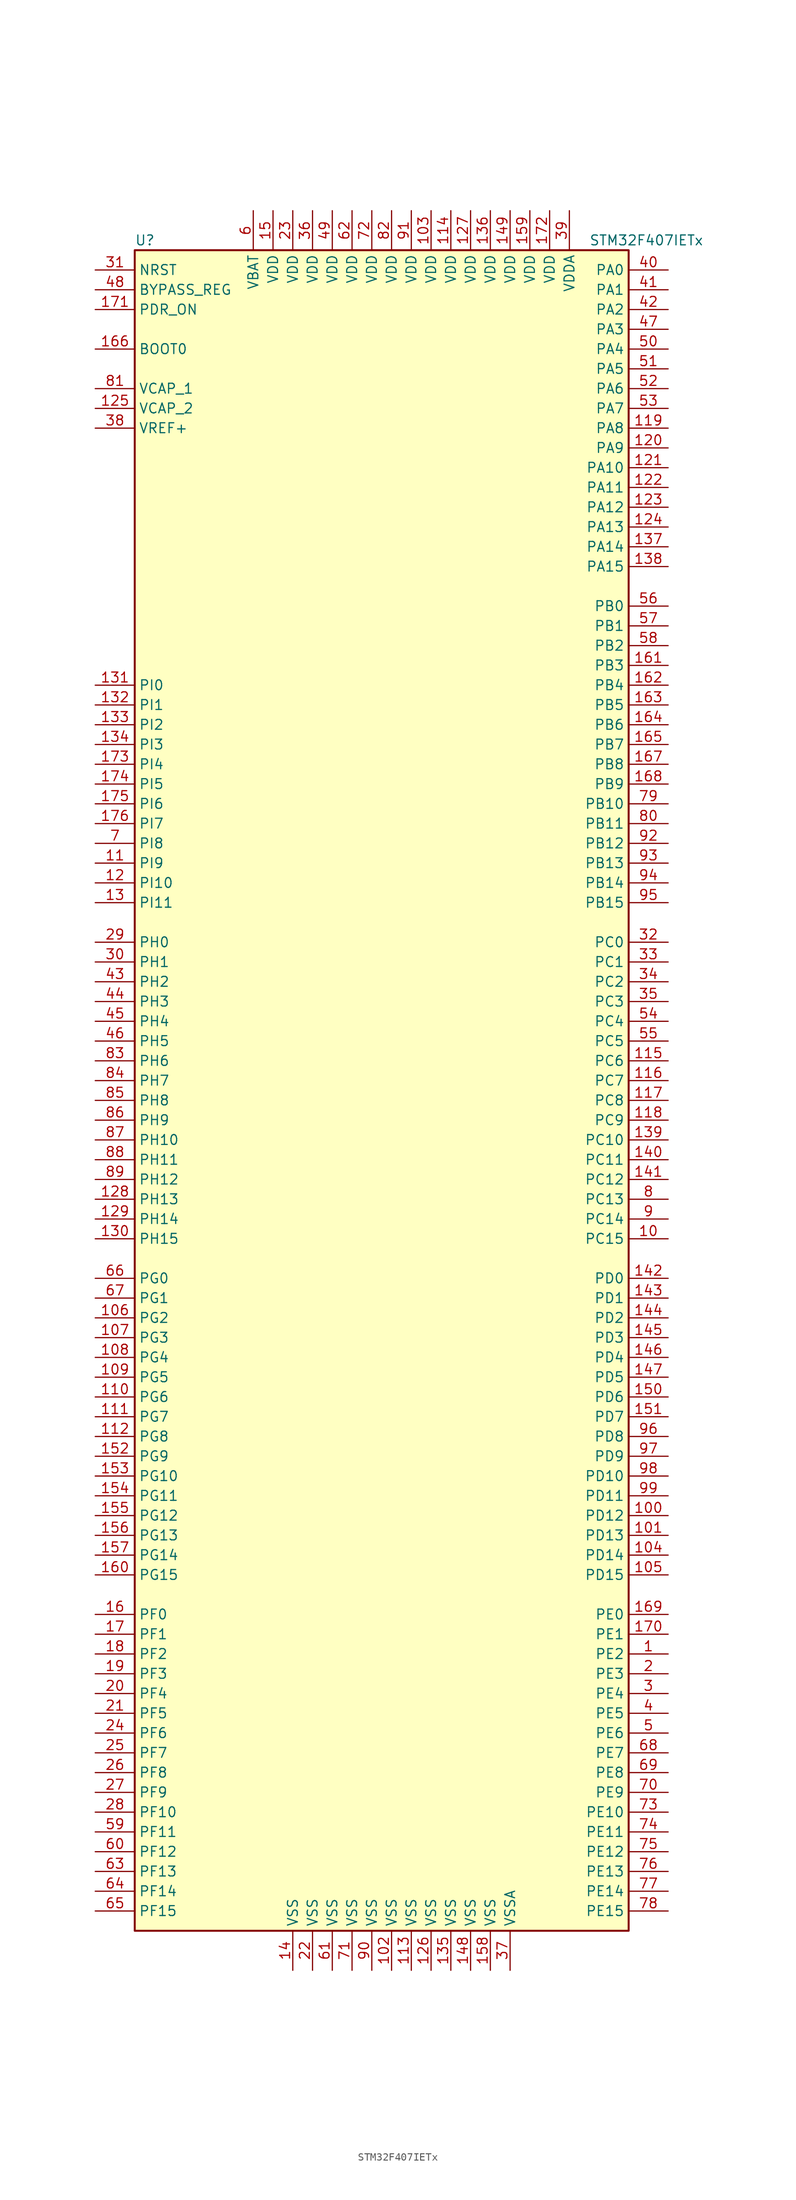
<source format=kicad_sym>
(kicad_symbol_lib
  (version 20220914)
  (generator kicad_symbol_editor)
  (symbol "STM32F407IETx"
    (property "Reference" "U"
      (at -33.02 107.95 0)
      (effects (font (size 1.27 1.27)) (justify left)))
    (property "Value" "STM32F407IETx"
      (at 25.4 107.95 0)
      (effects (font (size 1.27 1.27)) (justify left)))
    (symbol "STM32F407IETx_0_1"
      (rectangle (start -33.02 -109.22) (end 30.48 106.68) (stroke (width 0.254) (type default)) (fill (type background))))
    (symbol "STM32F407IETx_1_1"
      (pin bidirectional line (at 35.56 -73.66 180) (length 5.08) (name "PE2" (effects (font (size 1.27 1.27)))) (number "1" (effects (font (size 1.27 1.27)))))
      (pin bidirectional line (at 35.56 -20.32 180) (length 5.08) (name "PC15" (effects (font (size 1.27 1.27)))) (number "10" (effects (font (size 1.27 1.27)))))
      (pin bidirectional line (at 35.56 -55.88 180) (length 5.08) (name "PD12" (effects (font (size 1.27 1.27)))) (number "100" (effects (font (size 1.27 1.27)))))
      (pin bidirectional line (at 35.56 -58.42 180) (length 5.08) (name "PD13" (effects (font (size 1.27 1.27)))) (number "101" (effects (font (size 1.27 1.27)))))
      (pin power_in line (at 0 -114.3 90) (length 5.08) (name "VSS" (effects (font (size 1.27 1.27)))) (number "102" (effects (font (size 1.27 1.27)))))
      (pin power_in line (at 5.08 111.76 270) (length 5.08) (name "VDD" (effects (font (size 1.27 1.27)))) (number "103" (effects (font (size 1.27 1.27)))))
      (pin bidirectional line (at 35.56 -60.96 180) (length 5.08) (name "PD14" (effects (font (size 1.27 1.27)))) (number "104" (effects (font (size 1.27 1.27)))))
      (pin bidirectional line (at 35.56 -63.5 180) (length 5.08) (name "PD15" (effects (font (size 1.27 1.27)))) (number "105" (effects (font (size 1.27 1.27)))))
      (pin bidirectional line (at -38.1 -30.48 0) (length 5.08) (name "PG2" (effects (font (size 1.27 1.27)))) (number "106" (effects (font (size 1.27 1.27)))))
      (pin bidirectional line (at -38.1 -33.02 0) (length 5.08) (name "PG3" (effects (font (size 1.27 1.27)))) (number "107" (effects (font (size 1.27 1.27)))))
      (pin bidirectional line (at -38.1 -35.56 0) (length 5.08) (name "PG4" (effects (font (size 1.27 1.27)))) (number "108" (effects (font (size 1.27 1.27)))))
      (pin bidirectional line (at -38.1 -38.1 0) (length 5.08) (name "PG5" (effects (font (size 1.27 1.27)))) (number "109" (effects (font (size 1.27 1.27)))))
      (pin bidirectional line (at -38.1 27.94 0) (length 5.08) (name "PI9" (effects (font (size 1.27 1.27)))) (number "11" (effects (font (size 1.27 1.27)))))
      (pin bidirectional line (at -38.1 -40.64 0) (length 5.08) (name "PG6" (effects (font (size 1.27 1.27)))) (number "110" (effects (font (size 1.27 1.27)))))
      (pin bidirectional line (at -38.1 -43.18 0) (length 5.08) (name "PG7" (effects (font (size 1.27 1.27)))) (number "111" (effects (font (size 1.27 1.27)))))
      (pin bidirectional line (at -38.1 -45.72 0) (length 5.08) (name "PG8" (effects (font (size 1.27 1.27)))) (number "112" (effects (font (size 1.27 1.27)))))
      (pin power_in line (at 2.54 -114.3 90) (length 5.08) (name "VSS" (effects (font (size 1.27 1.27)))) (number "113" (effects (font (size 1.27 1.27)))))
      (pin power_in line (at 7.62 111.76 270) (length 5.08) (name "VDD" (effects (font (size 1.27 1.27)))) (number "114" (effects (font (size 1.27 1.27)))))
      (pin bidirectional line (at 35.56 2.54 180) (length 5.08) (name "PC6" (effects (font (size 1.27 1.27)))) (number "115" (effects (font (size 1.27 1.27)))))
      (pin bidirectional line (at 35.56 0 180) (length 5.08) (name "PC7" (effects (font (size 1.27 1.27)))) (number "116" (effects (font (size 1.27 1.27)))))
      (pin bidirectional line (at 35.56 -2.54 180) (length 5.08) (name "PC8" (effects (font (size 1.27 1.27)))) (number "117" (effects (font (size 1.27 1.27)))))
      (pin bidirectional line (at 35.56 -5.08 180) (length 5.08) (name "PC9" (effects (font (size 1.27 1.27)))) (number "118" (effects (font (size 1.27 1.27)))))
      (pin bidirectional line (at 35.56 83.82 180) (length 5.08) (name "PA8" (effects (font (size 1.27 1.27)))) (number "119" (effects (font (size 1.27 1.27)))))
      (pin bidirectional line (at -38.1 25.4 0) (length 5.08) (name "PI10" (effects (font (size 1.27 1.27)))) (number "12" (effects (font (size 1.27 1.27)))))
      (pin bidirectional line (at 35.56 81.28 180) (length 5.08) (name "PA9" (effects (font (size 1.27 1.27)))) (number "120" (effects (font (size 1.27 1.27)))))
      (pin bidirectional line (at 35.56 78.74 180) (length 5.08) (name "PA10" (effects (font (size 1.27 1.27)))) (number "121" (effects (font (size 1.27 1.27)))))
      (pin bidirectional line (at 35.56 76.2 180) (length 5.08) (name "PA11" (effects (font (size 1.27 1.27)))) (number "122" (effects (font (size 1.27 1.27)))))
      (pin bidirectional line (at 35.56 73.66 180) (length 5.08) (name "PA12" (effects (font (size 1.27 1.27)))) (number "123" (effects (font (size 1.27 1.27)))))
      (pin bidirectional line (at 35.56 71.12 180) (length 5.08) (name "PA13" (effects (font (size 1.27 1.27)))) (number "124" (effects (font (size 1.27 1.27)))))
      (pin power_in line (at -38.1 86.36 0) (length 5.08) (name "VCAP_2" (effects (font (size 1.27 1.27)))) (number "125" (effects (font (size 1.27 1.27)))))
      (pin power_in line (at 5.08 -114.3 90) (length 5.08) (name "VSS" (effects (font (size 1.27 1.27)))) (number "126" (effects (font (size 1.27 1.27)))))
      (pin power_in line (at 10.16 111.76 270) (length 5.08) (name "VDD" (effects (font (size 1.27 1.27)))) (number "127" (effects (font (size 1.27 1.27)))))
      (pin bidirectional line (at -38.1 -15.24 0) (length 5.08) (name "PH13" (effects (font (size 1.27 1.27)))) (number "128" (effects (font (size 1.27 1.27)))))
      (pin bidirectional line (at -38.1 -17.78 0) (length 5.08) (name "PH14" (effects (font (size 1.27 1.27)))) (number "129" (effects (font (size 1.27 1.27)))))
      (pin bidirectional line (at -38.1 22.86 0) (length 5.08) (name "PI11" (effects (font (size 1.27 1.27)))) (number "13" (effects (font (size 1.27 1.27)))))
      (pin bidirectional line (at -38.1 -20.32 0) (length 5.08) (name "PH15" (effects (font (size 1.27 1.27)))) (number "130" (effects (font (size 1.27 1.27)))))
      (pin bidirectional line (at -38.1 50.8 0) (length 5.08) (name "PI0" (effects (font (size 1.27 1.27)))) (number "131" (effects (font (size 1.27 1.27)))))
      (pin bidirectional line (at -38.1 48.26 0) (length 5.08) (name "PI1" (effects (font (size 1.27 1.27)))) (number "132" (effects (font (size 1.27 1.27)))))
      (pin bidirectional line (at -38.1 45.72 0) (length 5.08) (name "PI2" (effects (font (size 1.27 1.27)))) (number "133" (effects (font (size 1.27 1.27)))))
      (pin bidirectional line (at -38.1 43.18 0) (length 5.08) (name "PI3" (effects (font (size 1.27 1.27)))) (number "134" (effects (font (size 1.27 1.27)))))
      (pin power_in line (at 7.62 -114.3 90) (length 5.08) (name "VSS" (effects (font (size 1.27 1.27)))) (number "135" (effects (font (size 1.27 1.27)))))
      (pin power_in line (at 12.7 111.76 270) (length 5.08) (name "VDD" (effects (font (size 1.27 1.27)))) (number "136" (effects (font (size 1.27 1.27)))))
      (pin bidirectional line (at 35.56 68.58 180) (length 5.08) (name "PA14" (effects (font (size 1.27 1.27)))) (number "137" (effects (font (size 1.27 1.27)))))
      (pin bidirectional line (at 35.56 66.04 180) (length 5.08) (name "PA15" (effects (font (size 1.27 1.27)))) (number "138" (effects (font (size 1.27 1.27)))))
      (pin bidirectional line (at 35.56 -7.62 180) (length 5.08) (name "PC10" (effects (font (size 1.27 1.27)))) (number "139" (effects (font (size 1.27 1.27)))))
      (pin power_in line (at -12.7 -114.3 90) (length 5.08) (name "VSS" (effects (font (size 1.27 1.27)))) (number "14" (effects (font (size 1.27 1.27)))))
      (pin bidirectional line (at 35.56 -10.16 180) (length 5.08) (name "PC11" (effects (font (size 1.27 1.27)))) (number "140" (effects (font (size 1.27 1.27)))))
      (pin bidirectional line (at 35.56 -12.7 180) (length 5.08) (name "PC12" (effects (font (size 1.27 1.27)))) (number "141" (effects (font (size 1.27 1.27)))))
      (pin bidirectional line (at 35.56 -25.4 180) (length 5.08) (name "PD0" (effects (font (size 1.27 1.27)))) (number "142" (effects (font (size 1.27 1.27)))))
      (pin bidirectional line (at 35.56 -27.94 180) (length 5.08) (name "PD1" (effects (font (size 1.27 1.27)))) (number "143" (effects (font (size 1.27 1.27)))))
      (pin bidirectional line (at 35.56 -30.48 180) (length 5.08) (name "PD2" (effects (font (size 1.27 1.27)))) (number "144" (effects (font (size 1.27 1.27)))))
      (pin bidirectional line (at 35.56 -33.02 180) (length 5.08) (name "PD3" (effects (font (size 1.27 1.27)))) (number "145" (effects (font (size 1.27 1.27)))))
      (pin bidirectional line (at 35.56 -35.56 180) (length 5.08) (name "PD4" (effects (font (size 1.27 1.27)))) (number "146" (effects (font (size 1.27 1.27)))))
      (pin bidirectional line (at 35.56 -38.1 180) (length 5.08) (name "PD5" (effects (font (size 1.27 1.27)))) (number "147" (effects (font (size 1.27 1.27)))))
      (pin power_in line (at 10.16 -114.3 90) (length 5.08) (name "VSS" (effects (font (size 1.27 1.27)))) (number "148" (effects (font (size 1.27 1.27)))))
      (pin power_in line (at 15.24 111.76 270) (length 5.08) (name "VDD" (effects (font (size 1.27 1.27)))) (number "149" (effects (font (size 1.27 1.27)))))
      (pin power_in line (at -15.24 111.76 270) (length 5.08) (name "VDD" (effects (font (size 1.27 1.27)))) (number "15" (effects (font (size 1.27 1.27)))))
      (pin bidirectional line (at 35.56 -40.64 180) (length 5.08) (name "PD6" (effects (font (size 1.27 1.27)))) (number "150" (effects (font (size 1.27 1.27)))))
      (pin bidirectional line (at 35.56 -43.18 180) (length 5.08) (name "PD7" (effects (font (size 1.27 1.27)))) (number "151" (effects (font (size 1.27 1.27)))))
      (pin bidirectional line (at -38.1 -48.26 0) (length 5.08) (name "PG9" (effects (font (size 1.27 1.27)))) (number "152" (effects (font (size 1.27 1.27)))))
      (pin bidirectional line (at -38.1 -50.8 0) (length 5.08) (name "PG10" (effects (font (size 1.27 1.27)))) (number "153" (effects (font (size 1.27 1.27)))))
      (pin bidirectional line (at -38.1 -53.34 0) (length 5.08) (name "PG11" (effects (font (size 1.27 1.27)))) (number "154" (effects (font (size 1.27 1.27)))))
      (pin bidirectional line (at -38.1 -55.88 0) (length 5.08) (name "PG12" (effects (font (size 1.27 1.27)))) (number "155" (effects (font (size 1.27 1.27)))))
      (pin bidirectional line (at -38.1 -58.42 0) (length 5.08) (name "PG13" (effects (font (size 1.27 1.27)))) (number "156" (effects (font (size 1.27 1.27)))))
      (pin bidirectional line (at -38.1 -60.96 0) (length 5.08) (name "PG14" (effects (font (size 1.27 1.27)))) (number "157" (effects (font (size 1.27 1.27)))))
      (pin power_in line (at 12.7 -114.3 90) (length 5.08) (name "VSS" (effects (font (size 1.27 1.27)))) (number "158" (effects (font (size 1.27 1.27)))))
      (pin power_in line (at 17.78 111.76 270) (length 5.08) (name "VDD" (effects (font (size 1.27 1.27)))) (number "159" (effects (font (size 1.27 1.27)))))
      (pin bidirectional line (at -38.1 -68.58 0) (length 5.08) (name "PF0" (effects (font (size 1.27 1.27)))) (number "16" (effects (font (size 1.27 1.27)))))
      (pin bidirectional line (at -38.1 -63.5 0) (length 5.08) (name "PG15" (effects (font (size 1.27 1.27)))) (number "160" (effects (font (size 1.27 1.27)))))
      (pin bidirectional line (at 35.56 53.34 180) (length 5.08) (name "PB3" (effects (font (size 1.27 1.27)))) (number "161" (effects (font (size 1.27 1.27)))))
      (pin bidirectional line (at 35.56 50.8 180) (length 5.08) (name "PB4" (effects (font (size 1.27 1.27)))) (number "162" (effects (font (size 1.27 1.27)))))
      (pin bidirectional line (at 35.56 48.26 180) (length 5.08) (name "PB5" (effects (font (size 1.27 1.27)))) (number "163" (effects (font (size 1.27 1.27)))))
      (pin bidirectional line (at 35.56 45.72 180) (length 5.08) (name "PB6" (effects (font (size 1.27 1.27)))) (number "164" (effects (font (size 1.27 1.27)))))
      (pin bidirectional line (at 35.56 43.18 180) (length 5.08) (name "PB7" (effects (font (size 1.27 1.27)))) (number "165" (effects (font (size 1.27 1.27)))))
      (pin input line (at -38.1 93.98 0) (length 5.08) (name "BOOT0" (effects (font (size 1.27 1.27)))) (number "166" (effects (font (size 1.27 1.27)))))
      (pin bidirectional line (at 35.56 40.64 180) (length 5.08) (name "PB8" (effects (font (size 1.27 1.27)))) (number "167" (effects (font (size 1.27 1.27)))))
      (pin bidirectional line (at 35.56 38.1 180) (length 5.08) (name "PB9" (effects (font (size 1.27 1.27)))) (number "168" (effects (font (size 1.27 1.27)))))
      (pin bidirectional line (at 35.56 -68.58 180) (length 5.08) (name "PE0" (effects (font (size 1.27 1.27)))) (number "169" (effects (font (size 1.27 1.27)))))
      (pin bidirectional line (at -38.1 -71.12 0) (length 5.08) (name "PF1" (effects (font (size 1.27 1.27)))) (number "17" (effects (font (size 1.27 1.27)))))
      (pin bidirectional line (at 35.56 -71.12 180) (length 5.08) (name "PE1" (effects (font (size 1.27 1.27)))) (number "170" (effects (font (size 1.27 1.27)))))
      (pin input line (at -38.1 99.06 0) (length 5.08) (name "PDR_ON" (effects (font (size 1.27 1.27)))) (number "171" (effects (font (size 1.27 1.27)))))
      (pin power_in line (at 20.32 111.76 270) (length 5.08) (name "VDD" (effects (font (size 1.27 1.27)))) (number "172" (effects (font (size 1.27 1.27)))))
      (pin bidirectional line (at -38.1 40.64 0) (length 5.08) (name "PI4" (effects (font (size 1.27 1.27)))) (number "173" (effects (font (size 1.27 1.27)))))
      (pin bidirectional line (at -38.1 38.1 0) (length 5.08) (name "PI5" (effects (font (size 1.27 1.27)))) (number "174" (effects (font (size 1.27 1.27)))))
      (pin bidirectional line (at -38.1 35.56 0) (length 5.08) (name "PI6" (effects (font (size 1.27 1.27)))) (number "175" (effects (font (size 1.27 1.27)))))
      (pin bidirectional line (at -38.1 33.02 0) (length 5.08) (name "PI7" (effects (font (size 1.27 1.27)))) (number "176" (effects (font (size 1.27 1.27)))))
      (pin bidirectional line (at -38.1 -73.66 0) (length 5.08) (name "PF2" (effects (font (size 1.27 1.27)))) (number "18" (effects (font (size 1.27 1.27)))))
      (pin bidirectional line (at -38.1 -76.2 0) (length 5.08) (name "PF3" (effects (font (size 1.27 1.27)))) (number "19" (effects (font (size 1.27 1.27)))))
      (pin bidirectional line (at 35.56 -76.2 180) (length 5.08) (name "PE3" (effects (font (size 1.27 1.27)))) (number "2" (effects (font (size 1.27 1.27)))))
      (pin bidirectional line (at -38.1 -78.74 0) (length 5.08) (name "PF4" (effects (font (size 1.27 1.27)))) (number "20" (effects (font (size 1.27 1.27)))))
      (pin bidirectional line (at -38.1 -81.28 0) (length 5.08) (name "PF5" (effects (font (size 1.27 1.27)))) (number "21" (effects (font (size 1.27 1.27)))))
      (pin power_in line (at -10.16 -114.3 90) (length 5.08) (name "VSS" (effects (font (size 1.27 1.27)))) (number "22" (effects (font (size 1.27 1.27)))))
      (pin power_in line (at -12.7 111.76 270) (length 5.08) (name "VDD" (effects (font (size 1.27 1.27)))) (number "23" (effects (font (size 1.27 1.27)))))
      (pin bidirectional line (at -38.1 -83.82 0) (length 5.08) (name "PF6" (effects (font (size 1.27 1.27)))) (number "24" (effects (font (size 1.27 1.27)))))
      (pin bidirectional line (at -38.1 -86.36 0) (length 5.08) (name "PF7" (effects (font (size 1.27 1.27)))) (number "25" (effects (font (size 1.27 1.27)))))
      (pin bidirectional line (at -38.1 -88.9 0) (length 5.08) (name "PF8" (effects (font (size 1.27 1.27)))) (number "26" (effects (font (size 1.27 1.27)))))
      (pin bidirectional line (at -38.1 -91.44 0) (length 5.08) (name "PF9" (effects (font (size 1.27 1.27)))) (number "27" (effects (font (size 1.27 1.27)))))
      (pin bidirectional line (at -38.1 -93.98 0) (length 5.08) (name "PF10" (effects (font (size 1.27 1.27)))) (number "28" (effects (font (size 1.27 1.27)))))
      (pin input line (at -38.1 17.78 0) (length 5.08) (name "PH0" (effects (font (size 1.27 1.27)))) (number "29" (effects (font (size 1.27 1.27)))))
      (pin bidirectional line (at 35.56 -78.74 180) (length 5.08) (name "PE4" (effects (font (size 1.27 1.27)))) (number "3" (effects (font (size 1.27 1.27)))))
      (pin input line (at -38.1 15.24 0) (length 5.08) (name "PH1" (effects (font (size 1.27 1.27)))) (number "30" (effects (font (size 1.27 1.27)))))
      (pin input line (at -38.1 104.14 0) (length 5.08) (name "NRST" (effects (font (size 1.27 1.27)))) (number "31" (effects (font (size 1.27 1.27)))))
      (pin bidirectional line (at 35.56 17.78 180) (length 5.08) (name "PC0" (effects (font (size 1.27 1.27)))) (number "32" (effects (font (size 1.27 1.27)))))
      (pin bidirectional line (at 35.56 15.24 180) (length 5.08) (name "PC1" (effects (font (size 1.27 1.27)))) (number "33" (effects (font (size 1.27 1.27)))))
      (pin bidirectional line (at 35.56 12.7 180) (length 5.08) (name "PC2" (effects (font (size 1.27 1.27)))) (number "34" (effects (font (size 1.27 1.27)))))
      (pin bidirectional line (at 35.56 10.16 180) (length 5.08) (name "PC3" (effects (font (size 1.27 1.27)))) (number "35" (effects (font (size 1.27 1.27)))))
      (pin power_in line (at -10.16 111.76 270) (length 5.08) (name "VDD" (effects (font (size 1.27 1.27)))) (number "36" (effects (font (size 1.27 1.27)))))
      (pin power_in line (at 15.24 -114.3 90) (length 5.08) (name "VSSA" (effects (font (size 1.27 1.27)))) (number "37" (effects (font (size 1.27 1.27)))))
      (pin power_in line (at -38.1 83.82 0) (length 5.08) (name "VREF+" (effects (font (size 1.27 1.27)))) (number "38" (effects (font (size 1.27 1.27)))))
      (pin power_in line (at 22.86 111.76 270) (length 5.08) (name "VDDA" (effects (font (size 1.27 1.27)))) (number "39" (effects (font (size 1.27 1.27)))))
      (pin bidirectional line (at 35.56 -81.28 180) (length 5.08) (name "PE5" (effects (font (size 1.27 1.27)))) (number "4" (effects (font (size 1.27 1.27)))))
      (pin bidirectional line (at 35.56 104.14 180) (length 5.08) (name "PA0" (effects (font (size 1.27 1.27)))) (number "40" (effects (font (size 1.27 1.27)))))
      (pin bidirectional line (at 35.56 101.6 180) (length 5.08) (name "PA1" (effects (font (size 1.27 1.27)))) (number "41" (effects (font (size 1.27 1.27)))))
      (pin bidirectional line (at 35.56 99.06 180) (length 5.08) (name "PA2" (effects (font (size 1.27 1.27)))) (number "42" (effects (font (size 1.27 1.27)))))
      (pin bidirectional line (at -38.1 12.7 0) (length 5.08) (name "PH2" (effects (font (size 1.27 1.27)))) (number "43" (effects (font (size 1.27 1.27)))))
      (pin bidirectional line (at -38.1 10.16 0) (length 5.08) (name "PH3" (effects (font (size 1.27 1.27)))) (number "44" (effects (font (size 1.27 1.27)))))
      (pin bidirectional line (at -38.1 7.62 0) (length 5.08) (name "PH4" (effects (font (size 1.27 1.27)))) (number "45" (effects (font (size 1.27 1.27)))))
      (pin bidirectional line (at -38.1 5.08 0) (length 5.08) (name "PH5" (effects (font (size 1.27 1.27)))) (number "46" (effects (font (size 1.27 1.27)))))
      (pin bidirectional line (at 35.56 96.52 180) (length 5.08) (name "PA3" (effects (font (size 1.27 1.27)))) (number "47" (effects (font (size 1.27 1.27)))))
      (pin input line (at -38.1 101.6 0) (length 5.08) (name "BYPASS_REG" (effects (font (size 1.27 1.27)))) (number "48" (effects (font (size 1.27 1.27)))))
      (pin power_in line (at -7.62 111.76 270) (length 5.08) (name "VDD" (effects (font (size 1.27 1.27)))) (number "49" (effects (font (size 1.27 1.27)))))
      (pin bidirectional line (at 35.56 -83.82 180) (length 5.08) (name "PE6" (effects (font (size 1.27 1.27)))) (number "5" (effects (font (size 1.27 1.27)))))
      (pin bidirectional line (at 35.56 93.98 180) (length 5.08) (name "PA4" (effects (font (size 1.27 1.27)))) (number "50" (effects (font (size 1.27 1.27)))))
      (pin bidirectional line (at 35.56 91.44 180) (length 5.08) (name "PA5" (effects (font (size 1.27 1.27)))) (number "51" (effects (font (size 1.27 1.27)))))
      (pin bidirectional line (at 35.56 88.9 180) (length 5.08) (name "PA6" (effects (font (size 1.27 1.27)))) (number "52" (effects (font (size 1.27 1.27)))))
      (pin bidirectional line (at 35.56 86.36 180) (length 5.08) (name "PA7" (effects (font (size 1.27 1.27)))) (number "53" (effects (font (size 1.27 1.27)))))
      (pin bidirectional line (at 35.56 7.62 180) (length 5.08) (name "PC4" (effects (font (size 1.27 1.27)))) (number "54" (effects (font (size 1.27 1.27)))))
      (pin bidirectional line (at 35.56 5.08 180) (length 5.08) (name "PC5" (effects (font (size 1.27 1.27)))) (number "55" (effects (font (size 1.27 1.27)))))
      (pin bidirectional line (at 35.56 60.96 180) (length 5.08) (name "PB0" (effects (font (size 1.27 1.27)))) (number "56" (effects (font (size 1.27 1.27)))))
      (pin bidirectional line (at 35.56 58.42 180) (length 5.08) (name "PB1" (effects (font (size 1.27 1.27)))) (number "57" (effects (font (size 1.27 1.27)))))
      (pin bidirectional line (at 35.56 55.88 180) (length 5.08) (name "PB2" (effects (font (size 1.27 1.27)))) (number "58" (effects (font (size 1.27 1.27)))))
      (pin bidirectional line (at -38.1 -96.52 0) (length 5.08) (name "PF11" (effects (font (size 1.27 1.27)))) (number "59" (effects (font (size 1.27 1.27)))))
      (pin power_in line (at -17.78 111.76 270) (length 5.08) (name "VBAT" (effects (font (size 1.27 1.27)))) (number "6" (effects (font (size 1.27 1.27)))))
      (pin bidirectional line (at -38.1 -99.06 0) (length 5.08) (name "PF12" (effects (font (size 1.27 1.27)))) (number "60" (effects (font (size 1.27 1.27)))))
      (pin power_in line (at -7.62 -114.3 90) (length 5.08) (name "VSS" (effects (font (size 1.27 1.27)))) (number "61" (effects (font (size 1.27 1.27)))))
      (pin power_in line (at -5.08 111.76 270) (length 5.08) (name "VDD" (effects (font (size 1.27 1.27)))) (number "62" (effects (font (size 1.27 1.27)))))
      (pin bidirectional line (at -38.1 -101.6 0) (length 5.08) (name "PF13" (effects (font (size 1.27 1.27)))) (number "63" (effects (font (size 1.27 1.27)))))
      (pin bidirectional line (at -38.1 -104.14 0) (length 5.08) (name "PF14" (effects (font (size 1.27 1.27)))) (number "64" (effects (font (size 1.27 1.27)))))
      (pin bidirectional line (at -38.1 -106.68 0) (length 5.08) (name "PF15" (effects (font (size 1.27 1.27)))) (number "65" (effects (font (size 1.27 1.27)))))
      (pin bidirectional line (at -38.1 -25.4 0) (length 5.08) (name "PG0" (effects (font (size 1.27 1.27)))) (number "66" (effects (font (size 1.27 1.27)))))
      (pin bidirectional line (at -38.1 -27.94 0) (length 5.08) (name "PG1" (effects (font (size 1.27 1.27)))) (number "67" (effects (font (size 1.27 1.27)))))
      (pin bidirectional line (at 35.56 -86.36 180) (length 5.08) (name "PE7" (effects (font (size 1.27 1.27)))) (number "68" (effects (font (size 1.27 1.27)))))
      (pin bidirectional line (at 35.56 -88.9 180) (length 5.08) (name "PE8" (effects (font (size 1.27 1.27)))) (number "69" (effects (font (size 1.27 1.27)))))
      (pin bidirectional line (at -38.1 30.48 0) (length 5.08) (name "PI8" (effects (font (size 1.27 1.27)))) (number "7" (effects (font (size 1.27 1.27)))))
      (pin bidirectional line (at 35.56 -91.44 180) (length 5.08) (name "PE9" (effects (font (size 1.27 1.27)))) (number "70" (effects (font (size 1.27 1.27)))))
      (pin power_in line (at -5.08 -114.3 90) (length 5.08) (name "VSS" (effects (font (size 1.27 1.27)))) (number "71" (effects (font (size 1.27 1.27)))))
      (pin power_in line (at -2.54 111.76 270) (length 5.08) (name "VDD" (effects (font (size 1.27 1.27)))) (number "72" (effects (font (size 1.27 1.27)))))
      (pin bidirectional line (at 35.56 -93.98 180) (length 5.08) (name "PE10" (effects (font (size 1.27 1.27)))) (number "73" (effects (font (size 1.27 1.27)))))
      (pin bidirectional line (at 35.56 -96.52 180) (length 5.08) (name "PE11" (effects (font (size 1.27 1.27)))) (number "74" (effects (font (size 1.27 1.27)))))
      (pin bidirectional line (at 35.56 -99.06 180) (length 5.08) (name "PE12" (effects (font (size 1.27 1.27)))) (number "75" (effects (font (size 1.27 1.27)))))
      (pin bidirectional line (at 35.56 -101.6 180) (length 5.08) (name "PE13" (effects (font (size 1.27 1.27)))) (number "76" (effects (font (size 1.27 1.27)))))
      (pin bidirectional line (at 35.56 -104.14 180) (length 5.08) (name "PE14" (effects (font (size 1.27 1.27)))) (number "77" (effects (font (size 1.27 1.27)))))
      (pin bidirectional line (at 35.56 -106.68 180) (length 5.08) (name "PE15" (effects (font (size 1.27 1.27)))) (number "78" (effects (font (size 1.27 1.27)))))
      (pin bidirectional line (at 35.56 35.56 180) (length 5.08) (name "PB10" (effects (font (size 1.27 1.27)))) (number "79" (effects (font (size 1.27 1.27)))))
      (pin bidirectional line (at 35.56 -15.24 180) (length 5.08) (name "PC13" (effects (font (size 1.27 1.27)))) (number "8" (effects (font (size 1.27 1.27)))))
      (pin bidirectional line (at 35.56 33.02 180) (length 5.08) (name "PB11" (effects (font (size 1.27 1.27)))) (number "80" (effects (font (size 1.27 1.27)))))
      (pin power_in line (at -38.1 88.9 0) (length 5.08) (name "VCAP_1" (effects (font (size 1.27 1.27)))) (number "81" (effects (font (size 1.27 1.27)))))
      (pin power_in line (at 0 111.76 270) (length 5.08) (name "VDD" (effects (font (size 1.27 1.27)))) (number "82" (effects (font (size 1.27 1.27)))))
      (pin bidirectional line (at -38.1 2.54 0) (length 5.08) (name "PH6" (effects (font (size 1.27 1.27)))) (number "83" (effects (font (size 1.27 1.27)))))
      (pin bidirectional line (at -38.1 0 0) (length 5.08) (name "PH7" (effects (font (size 1.27 1.27)))) (number "84" (effects (font (size 1.27 1.27)))))
      (pin bidirectional line (at -38.1 -2.54 0) (length 5.08) (name "PH8" (effects (font (size 1.27 1.27)))) (number "85" (effects (font (size 1.27 1.27)))))
      (pin bidirectional line (at -38.1 -5.08 0) (length 5.08) (name "PH9" (effects (font (size 1.27 1.27)))) (number "86" (effects (font (size 1.27 1.27)))))
      (pin bidirectional line (at -38.1 -7.62 0) (length 5.08) (name "PH10" (effects (font (size 1.27 1.27)))) (number "87" (effects (font (size 1.27 1.27)))))
      (pin bidirectional line (at -38.1 -10.16 0) (length 5.08) (name "PH11" (effects (font (size 1.27 1.27)))) (number "88" (effects (font (size 1.27 1.27)))))
      (pin bidirectional line (at -38.1 -12.7 0) (length 5.08) (name "PH12" (effects (font (size 1.27 1.27)))) (number "89" (effects (font (size 1.27 1.27)))))
      (pin bidirectional line (at 35.56 -17.78 180) (length 5.08) (name "PC14" (effects (font (size 1.27 1.27)))) (number "9" (effects (font (size 1.27 1.27)))))
      (pin power_in line (at -2.54 -114.3 90) (length 5.08) (name "VSS" (effects (font (size 1.27 1.27)))) (number "90" (effects (font (size 1.27 1.27)))))
      (pin power_in line (at 2.54 111.76 270) (length 5.08) (name "VDD" (effects (font (size 1.27 1.27)))) (number "91" (effects (font (size 1.27 1.27)))))
      (pin bidirectional line (at 35.56 30.48 180) (length 5.08) (name "PB12" (effects (font (size 1.27 1.27)))) (number "92" (effects (font (size 1.27 1.27)))))
      (pin bidirectional line (at 35.56 27.94 180) (length 5.08) (name "PB13" (effects (font (size 1.27 1.27)))) (number "93" (effects (font (size 1.27 1.27)))))
      (pin bidirectional line (at 35.56 25.4 180) (length 5.08) (name "PB14" (effects (font (size 1.27 1.27)))) (number "94" (effects (font (size 1.27 1.27)))))
      (pin bidirectional line (at 35.56 22.86 180) (length 5.08) (name "PB15" (effects (font (size 1.27 1.27)))) (number "95" (effects (font (size 1.27 1.27)))))
      (pin bidirectional line (at 35.56 -45.72 180) (length 5.08) (name "PD8" (effects (font (size 1.27 1.27)))) (number "96" (effects (font (size 1.27 1.27)))))
      (pin bidirectional line (at 35.56 -48.26 180) (length 5.08) (name "PD9" (effects (font (size 1.27 1.27)))) (number "97" (effects (font (size 1.27 1.27)))))
      (pin bidirectional line (at 35.56 -50.8 180) (length 5.08) (name "PD10" (effects (font (size 1.27 1.27)))) (number "98" (effects (font (size 1.27 1.27)))))
      (pin bidirectional line (at 35.56 -53.34 180) (length 5.08) (name "PD11" (effects (font (size 1.27 1.27)))) (number "99" (effects (font (size 1.27 1.27))))))))
</source>
